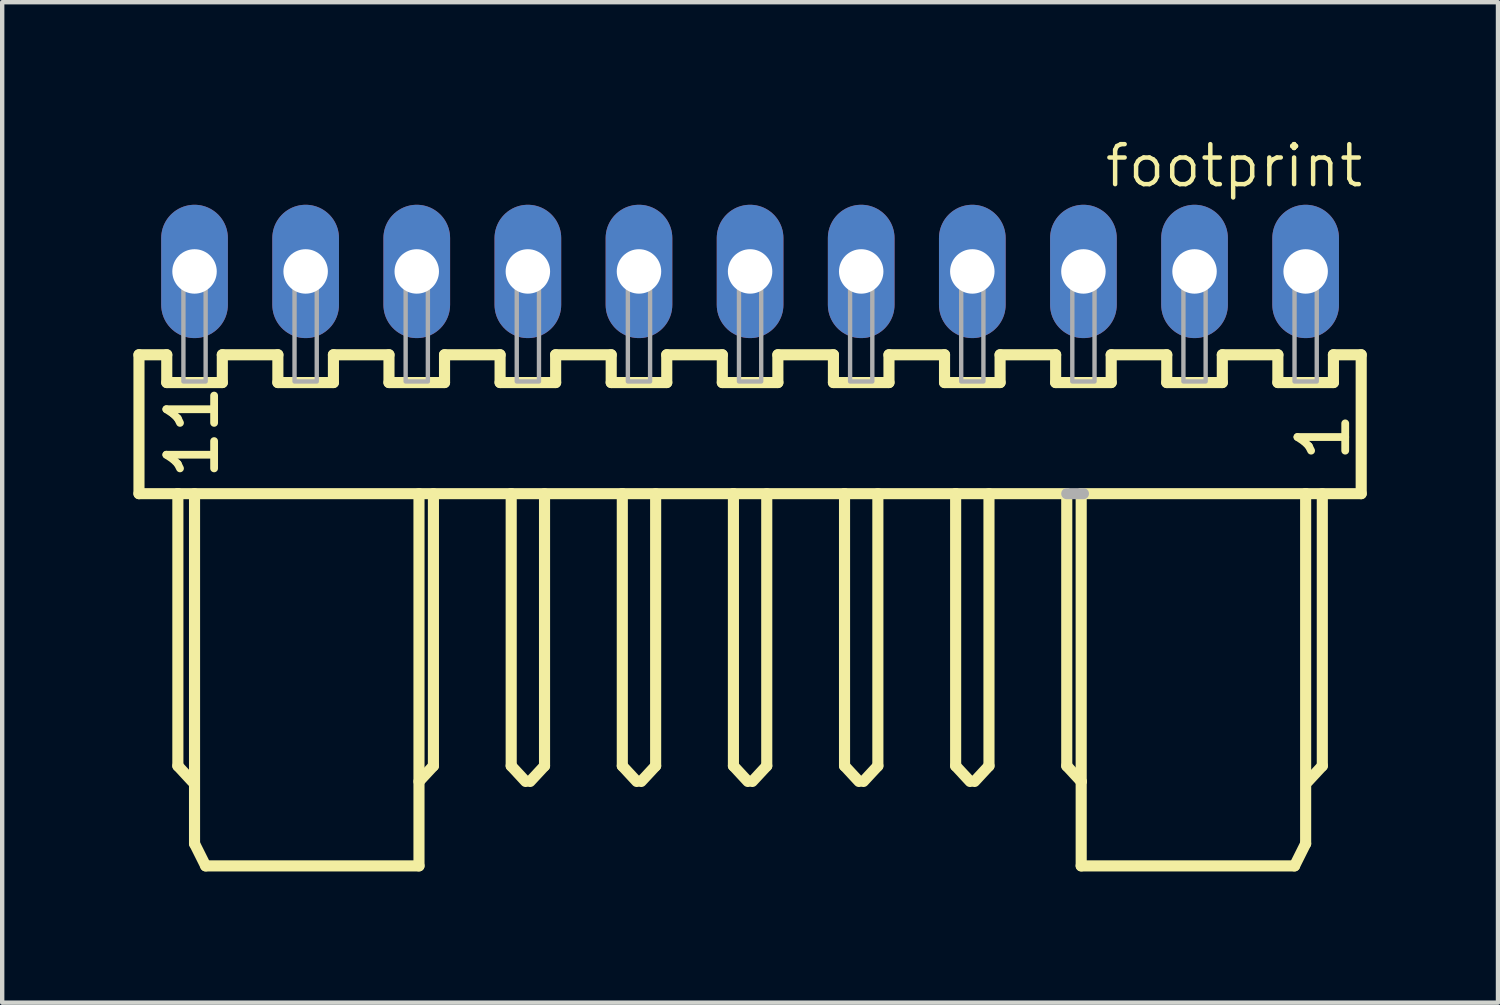
<source format=kicad_pcb>
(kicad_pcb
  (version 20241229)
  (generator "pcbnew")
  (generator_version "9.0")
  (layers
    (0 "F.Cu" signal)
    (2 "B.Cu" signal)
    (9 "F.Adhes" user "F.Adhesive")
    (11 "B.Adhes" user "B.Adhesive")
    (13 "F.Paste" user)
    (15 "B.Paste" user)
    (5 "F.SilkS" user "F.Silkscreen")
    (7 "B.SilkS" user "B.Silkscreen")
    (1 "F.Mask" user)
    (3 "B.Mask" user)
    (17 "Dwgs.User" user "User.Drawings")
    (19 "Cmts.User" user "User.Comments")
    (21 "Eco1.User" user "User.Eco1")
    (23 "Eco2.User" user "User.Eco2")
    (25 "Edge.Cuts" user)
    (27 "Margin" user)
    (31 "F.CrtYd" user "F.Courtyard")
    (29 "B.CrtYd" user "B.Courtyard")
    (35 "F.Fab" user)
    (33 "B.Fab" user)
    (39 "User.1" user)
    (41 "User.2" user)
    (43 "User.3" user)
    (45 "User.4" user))
  (footprint "footprint"
    (layer "F.Cu")
    (at 14.097 3.155)
    (property "Reference" "footprint" (at 14.07 -2.948 0) (layer "F.SilkS") (effects (font (size 0.914 0.914) (thickness 0.102)) (justify right top)))
    (fp_line (start -13.97 1.905) (end -13.97 5.08) (stroke (width 0.254) (type solid)) (layer "F.SilkS"))
    (fp_line (start -13.97 5.08) (end -13.081 5.08) (stroke (width 0.254) (type solid)) (layer "F.SilkS"))
    (fp_line (start -13.335 1.905) (end -13.97 1.905) (stroke (width 0.254) (type solid)) (layer "F.SilkS"))
    (fp_line (start -13.335 2.54) (end -13.335 1.905) (stroke (width 0.254) (type solid)) (layer "F.SilkS"))
    (fp_line (start -13.081 5.08) (end -13.081 11.303) (stroke (width 0.254) (type solid)) (layer "F.SilkS"))
    (fp_line (start -13.081 5.08) (end -5.461 5.08) (stroke (width 0.254) (type solid)) (layer "F.SilkS"))
    (fp_line (start -13.081 11.303) (end -12.751 11.659) (stroke (width 0.254) (type solid)) (layer "F.SilkS"))
    (fp_line (start -12.7 5.08) (end -12.7 13.081) (stroke (width 0.254) (type solid)) (layer "F.SilkS"))
    (fp_line (start -12.7 13.081) (end -12.446 13.589) (stroke (width 0.254) (type solid)) (layer "F.SilkS"))
    (fp_line (start -12.446 13.589) (end -7.569 13.589) (stroke (width 0.254) (type solid)) (layer "F.SilkS"))
    (fp_line (start -12.065 1.905) (end -12.065 2.54) (stroke (width 0.254) (type solid)) (layer "F.SilkS"))
    (fp_line (start -12.065 2.54) (end -13.335 2.54) (stroke (width 0.254) (type solid)) (layer "F.SilkS"))
    (fp_line (start -10.795 1.905) (end -12.065 1.905) (stroke (width 0.254) (type solid)) (layer "F.SilkS"))
    (fp_line (start -10.795 2.54) (end -10.795 1.905) (stroke (width 0.254) (type solid)) (layer "F.SilkS"))
    (fp_line (start -9.525 1.905) (end -9.525 2.54) (stroke (width 0.254) (type solid)) (layer "F.SilkS"))
    (fp_line (start -9.525 2.54) (end -10.795 2.54) (stroke (width 0.254) (type solid)) (layer "F.SilkS"))
    (fp_line (start -8.255 1.905) (end -9.525 1.905) (stroke (width 0.254) (type solid)) (layer "F.SilkS"))
    (fp_line (start -8.255 2.54) (end -8.255 1.905) (stroke (width 0.254) (type solid)) (layer "F.SilkS"))
    (fp_line (start -7.569 13.589) (end -7.569 5.08) (stroke (width 0.254) (type solid)) (layer "F.SilkS"))
    (fp_line (start -7.239 5.08) (end -7.239 11.303) (stroke (width 0.254) (type solid)) (layer "F.SilkS"))
    (fp_line (start -7.239 11.303) (end -7.569 11.659) (stroke (width 0.254) (type solid)) (layer "F.SilkS"))
    (fp_line (start -6.985 1.905) (end -6.985 2.54) (stroke (width 0.254) (type solid)) (layer "F.SilkS"))
    (fp_line (start -6.985 2.54) (end -8.255 2.54) (stroke (width 0.254) (type solid)) (layer "F.SilkS"))
    (fp_line (start -5.715 1.905) (end -6.985 1.905) (stroke (width 0.254) (type solid)) (layer "F.SilkS"))
    (fp_line (start -5.715 2.54) (end -5.715 1.905) (stroke (width 0.254) (type solid)) (layer "F.SilkS"))
    (fp_line (start -5.461 5.08) (end -5.461 11.303) (stroke (width 0.254) (type solid)) (layer "F.SilkS"))
    (fp_line (start -5.461 5.08) (end -2.921 5.08) (stroke (width 0.254) (type solid)) (layer "F.SilkS"))
    (fp_line (start -5.461 11.303) (end -5.131 11.659) (stroke (width 0.254) (type solid)) (layer "F.SilkS"))
    (fp_line (start -4.699 5.08) (end -4.699 11.303) (stroke (width 0.254) (type solid)) (layer "F.SilkS"))
    (fp_line (start -4.699 11.303) (end -5.029 11.659) (stroke (width 0.254) (type solid)) (layer "F.SilkS"))
    (fp_line (start -4.445 1.905) (end -4.445 2.54) (stroke (width 0.254) (type solid)) (layer "F.SilkS"))
    (fp_line (start -4.445 2.54) (end -5.715 2.54) (stroke (width 0.254) (type solid)) (layer "F.SilkS"))
    (fp_line (start -3.175 1.905) (end -4.445 1.905) (stroke (width 0.254) (type solid)) (layer "F.SilkS"))
    (fp_line (start -3.175 2.54) (end -3.175 1.905) (stroke (width 0.254) (type solid)) (layer "F.SilkS"))
    (fp_line (start -2.921 5.08) (end -2.921 11.303) (stroke (width 0.254) (type solid)) (layer "F.SilkS"))
    (fp_line (start -2.921 5.08) (end -0.381 5.08) (stroke (width 0.254) (type solid)) (layer "F.SilkS"))
    (fp_line (start -2.921 11.303) (end -2.591 11.659) (stroke (width 0.254) (type solid)) (layer "F.SilkS"))
    (fp_line (start -2.159 5.08) (end -2.159 11.303) (stroke (width 0.254) (type solid)) (layer "F.SilkS"))
    (fp_line (start -2.159 11.303) (end -2.489 11.659) (stroke (width 0.254) (type solid)) (layer "F.SilkS"))
    (fp_line (start -1.905 1.905) (end -1.905 2.54) (stroke (width 0.254) (type solid)) (layer "F.SilkS"))
    (fp_line (start -1.905 2.54) (end -3.175 2.54) (stroke (width 0.254) (type solid)) (layer "F.SilkS"))
    (fp_line (start -0.635 1.905) (end -1.905 1.905) (stroke (width 0.254) (type solid)) (layer "F.SilkS"))
    (fp_line (start -0.635 2.54) (end -0.635 1.905) (stroke (width 0.254) (type solid)) (layer "F.SilkS"))
    (fp_line (start -0.381 5.08) (end -0.381 11.303) (stroke (width 0.254) (type solid)) (layer "F.SilkS"))
    (fp_line (start -0.381 5.08) (end 2.159 5.08) (stroke (width 0.254) (type solid)) (layer "F.SilkS"))
    (fp_line (start -0.381 11.303) (end -0.051 11.659) (stroke (width 0.254) (type solid)) (layer "F.SilkS"))
    (fp_line (start 0.381 5.08) (end 0.381 11.303) (stroke (width 0.254) (type solid)) (layer "F.SilkS"))
    (fp_line (start 0.381 11.303) (end 0.051 11.659) (stroke (width 0.254) (type solid)) (layer "F.SilkS"))
    (fp_line (start 0.635 1.905) (end 0.635 2.54) (stroke (width 0.254) (type solid)) (layer "F.SilkS"))
    (fp_line (start 0.635 2.54) (end -0.635 2.54) (stroke (width 0.254) (type solid)) (layer "F.SilkS"))
    (fp_line (start 1.905 1.905) (end 0.635 1.905) (stroke (width 0.254) (type solid)) (layer "F.SilkS"))
    (fp_line (start 1.905 2.54) (end 1.905 1.905) (stroke (width 0.254) (type solid)) (layer "F.SilkS"))
    (fp_line (start 2.159 5.08) (end 2.159 11.303) (stroke (width 0.254) (type solid)) (layer "F.SilkS"))
    (fp_line (start 2.159 5.08) (end 4.699 5.08) (stroke (width 0.254) (type solid)) (layer "F.SilkS"))
    (fp_line (start 2.159 11.303) (end 2.489 11.659) (stroke (width 0.254) (type solid)) (layer "F.SilkS"))
    (fp_line (start 2.921 5.08) (end 2.921 11.303) (stroke (width 0.254) (type solid)) (layer "F.SilkS"))
    (fp_line (start 2.921 11.303) (end 2.591 11.659) (stroke (width 0.254) (type solid)) (layer "F.SilkS"))
    (fp_line (start 3.175 1.905) (end 3.175 2.54) (stroke (width 0.254) (type solid)) (layer "F.SilkS"))
    (fp_line (start 3.175 2.54) (end 1.905 2.54) (stroke (width 0.254) (type solid)) (layer "F.SilkS"))
    (fp_line (start 4.445 1.905) (end 3.175 1.905) (stroke (width 0.254) (type solid)) (layer "F.SilkS"))
    (fp_line (start 4.445 2.54) (end 4.445 1.905) (stroke (width 0.254) (type solid)) (layer "F.SilkS"))
    (fp_line (start 4.699 5.08) (end 4.699 11.303) (stroke (width 0.254) (type solid)) (layer "F.SilkS"))
    (fp_line (start 4.699 5.08) (end 7.239 5.08) (stroke (width 0.254) (type solid)) (layer "F.SilkS"))
    (fp_line (start 4.699 11.303) (end 5.029 11.659) (stroke (width 0.254) (type solid)) (layer "F.SilkS"))
    (fp_line (start 5.461 5.08) (end 5.461 11.303) (stroke (width 0.254) (type solid)) (layer "F.SilkS"))
    (fp_line (start 5.461 11.303) (end 5.131 11.659) (stroke (width 0.254) (type solid)) (layer "F.SilkS"))
    (fp_line (start 5.715 1.905) (end 5.715 2.54) (stroke (width 0.254) (type solid)) (layer "F.SilkS"))
    (fp_line (start 5.715 2.54) (end 4.445 2.54) (stroke (width 0.254) (type solid)) (layer "F.SilkS"))
    (fp_line (start 6.985 1.905) (end 5.715 1.905) (stroke (width 0.254) (type solid)) (layer "F.SilkS"))
    (fp_line (start 6.985 2.54) (end 6.985 1.905) (stroke (width 0.254) (type solid)) (layer "F.SilkS"))
    (fp_line (start 7.239 5.08) (end 7.239 11.303) (stroke (width 0.254) (type solid)) (layer "F.SilkS"))
    (fp_line (start 7.239 5.08) (end 7.569 5.08) (stroke (width 0.127) (type solid)) (layer "F.SilkS"))
    (fp_line (start 7.239 11.303) (end 7.569 11.659) (stroke (width 0.254) (type solid)) (layer "F.SilkS"))
    (fp_line (start 7.569 5.08) (end 12.7 5.08) (stroke (width 0.254) (type solid)) (layer "F.SilkS"))
    (fp_line (start 7.569 11.659) (end 7.569 5.08) (stroke (width 0.254) (type solid)) (layer "F.SilkS"))
    (fp_line (start 7.569 13.589) (end 7.569 11.659) (stroke (width 0.254) (type solid)) (layer "F.SilkS"))
    (fp_line (start 8.255 1.905) (end 8.255 2.54) (stroke (width 0.254) (type solid)) (layer "F.SilkS"))
    (fp_line (start 8.255 2.54) (end 6.985 2.54) (stroke (width 0.254) (type solid)) (layer "F.SilkS"))
    (fp_line (start 9.525 1.905) (end 8.255 1.905) (stroke (width 0.254) (type solid)) (layer "F.SilkS"))
    (fp_line (start 9.525 2.54) (end 9.525 1.905) (stroke (width 0.254) (type solid)) (layer "F.SilkS"))
    (fp_line (start 10.795 1.905) (end 10.795 2.54) (stroke (width 0.254) (type solid)) (layer "F.SilkS"))
    (fp_line (start 10.795 2.54) (end 9.525 2.54) (stroke (width 0.254) (type solid)) (layer "F.SilkS"))
    (fp_line (start 12.065 1.905) (end 10.795 1.905) (stroke (width 0.254) (type solid)) (layer "F.SilkS"))
    (fp_line (start 12.065 2.54) (end 12.065 1.905) (stroke (width 0.254) (type solid)) (layer "F.SilkS"))
    (fp_line (start 12.446 13.589) (end 7.569 13.589) (stroke (width 0.254) (type solid)) (layer "F.SilkS"))
    (fp_line (start 12.7 5.08) (end 12.7 13.081) (stroke (width 0.254) (type solid)) (layer "F.SilkS"))
    (fp_line (start 12.7 5.08) (end 13.97 5.08) (stroke (width 0.254) (type solid)) (layer "F.SilkS"))
    (fp_line (start 12.7 13.081) (end 12.446 13.589) (stroke (width 0.254) (type solid)) (layer "F.SilkS"))
    (fp_line (start 13.081 5.08) (end 13.081 11.303) (stroke (width 0.254) (type solid)) (layer "F.SilkS"))
    (fp_line (start 13.081 11.303) (end 12.751 11.659) (stroke (width 0.254) (type solid)) (layer "F.SilkS"))
    (fp_line (start 13.335 1.905) (end 13.335 2.54) (stroke (width 0.254) (type solid)) (layer "F.SilkS"))
    (fp_line (start 13.335 2.54) (end 12.065 2.54) (stroke (width 0.254) (type solid)) (layer "F.SilkS"))
    (fp_line (start 13.97 1.905) (end 13.335 1.905) (stroke (width 0.254) (type solid)) (layer "F.SilkS"))
    (fp_line (start 13.97 5.08) (end 13.97 1.905) (stroke (width 0.254) (type solid)) (layer "F.SilkS"))
    (fp_line (start 7.62 5.08) (end 7.239 5.08) (stroke (width 0.254) (type solid)) (layer "F.Fab"))
    (fp_poly (pts (xy -12.954 0.254) (xy -12.446 0.254) (xy -12.446 -0.254) (xy -12.954 -0.254)) (stroke (width 0.1) (type solid)) (fill no) (layer "F.Fab"))
    (fp_poly (pts (xy -12.954 2.515) (xy -12.446 2.515) (xy -12.446 0.279) (xy -12.954 0.279)) (stroke (width 0.1) (type solid)) (fill no) (layer "F.Fab"))
    (fp_poly (pts (xy -10.414 0.254) (xy -9.906 0.254) (xy -9.906 -0.254) (xy -10.414 -0.254)) (stroke (width 0.1) (type solid)) (fill no) (layer "F.Fab"))
    (fp_poly (pts (xy -10.414 2.515) (xy -9.906 2.515) (xy -9.906 0.279) (xy -10.414 0.279)) (stroke (width 0.1) (type solid)) (fill no) (layer "F.Fab"))
    (fp_poly (pts (xy -7.874 0.254) (xy -7.366 0.254) (xy -7.366 -0.254) (xy -7.874 -0.254)) (stroke (width 0.1) (type solid)) (fill no) (layer "F.Fab"))
    (fp_poly (pts (xy -7.874 2.515) (xy -7.366 2.515) (xy -7.366 0.279) (xy -7.874 0.279)) (stroke (width 0.1) (type solid)) (fill no) (layer "F.Fab"))
    (fp_poly (pts (xy -5.334 0.254) (xy -4.826 0.254) (xy -4.826 -0.254) (xy -5.334 -0.254)) (stroke (width 0.1) (type solid)) (fill no) (layer "F.Fab"))
    (fp_poly (pts (xy -5.334 2.515) (xy -4.826 2.515) (xy -4.826 0.279) (xy -5.334 0.279)) (stroke (width 0.1) (type solid)) (fill no) (layer "F.Fab"))
    (fp_poly (pts (xy -2.794 0.254) (xy -2.286 0.254) (xy -2.286 -0.254) (xy -2.794 -0.254)) (stroke (width 0.1) (type solid)) (fill no) (layer "F.Fab"))
    (fp_poly (pts (xy -2.794 2.515) (xy -2.286 2.515) (xy -2.286 0.279) (xy -2.794 0.279)) (stroke (width 0.1) (type solid)) (fill no) (layer "F.Fab"))
    (fp_poly (pts (xy -0.254 0.254) (xy 0.254 0.254) (xy 0.254 -0.254) (xy -0.254 -0.254)) (stroke (width 0.1) (type solid)) (fill no) (layer "F.Fab"))
    (fp_poly (pts (xy -0.254 2.515) (xy 0.254 2.515) (xy 0.254 0.279) (xy -0.254 0.279)) (stroke (width 0.1) (type solid)) (fill no) (layer "F.Fab"))
    (fp_poly (pts (xy 2.286 0.254) (xy 2.794 0.254) (xy 2.794 -0.254) (xy 2.286 -0.254)) (stroke (width 0.1) (type solid)) (fill no) (layer "F.Fab"))
    (fp_poly (pts (xy 2.286 2.515) (xy 2.794 2.515) (xy 2.794 0.279) (xy 2.286 0.279)) (stroke (width 0.1) (type solid)) (fill no) (layer "F.Fab"))
    (fp_poly (pts (xy 4.826 0.254) (xy 5.334 0.254) (xy 5.334 -0.254) (xy 4.826 -0.254)) (stroke (width 0.1) (type solid)) (fill no) (layer "F.Fab"))
    (fp_poly (pts (xy 4.826 2.515) (xy 5.334 2.515) (xy 5.334 0.279) (xy 4.826 0.279)) (stroke (width 0.1) (type solid)) (fill no) (layer "F.Fab"))
    (fp_poly (pts (xy 7.366 0.254) (xy 7.874 0.254) (xy 7.874 -0.254) (xy 7.366 -0.254)) (stroke (width 0.1) (type solid)) (fill no) (layer "F.Fab"))
    (fp_poly (pts (xy 7.366 2.515) (xy 7.874 2.515) (xy 7.874 0.279) (xy 7.366 0.279)) (stroke (width 0.1) (type solid)) (fill no) (layer "F.Fab"))
    (fp_poly (pts (xy 9.906 0.254) (xy 10.414 0.254) (xy 10.414 -0.254) (xy 9.906 -0.254)) (stroke (width 0.1) (type solid)) (fill no) (layer "F.Fab"))
    (fp_poly (pts (xy 9.906 2.515) (xy 10.414 2.515) (xy 10.414 0.279) (xy 9.906 0.279)) (stroke (width 0.1) (type solid)) (fill no) (layer "F.Fab"))
    (fp_poly (pts (xy 12.446 0.254) (xy 12.954 0.254) (xy 12.954 -0.254) (xy 12.446 -0.254)) (stroke (width 0.1) (type solid)) (fill no) (layer "F.Fab"))
    (fp_poly (pts (xy 12.446 2.515) (xy 12.954 2.515) (xy 12.954 0.279) (xy 12.446 0.279)) (stroke (width 0.1) (type solid)) (fill no) (layer "F.Fab"))
    (fp_text user "1" (at 12.47 3.148 90) (layer "F.SilkS") (effects (font (size 1.092 1.092) (thickness 0.178)) (justify right top)))
    (fp_text user "11" (at -13.387 2.513 90) (layer "F.SilkS") (effects (font (size 1.092 1.092) (thickness 0.178)) (justify right top)))
    (pad "1" thru_hole oval (at 12.7 0 90) (size 3.048 1.524) (drill 1.016) (layers "*.Cu" "*.Mask"))
    (pad "2" thru_hole oval (at 10.16 0 90) (size 3.048 1.524) (drill 1.016) (layers "*.Cu" "*.Mask"))
    (pad "3" thru_hole oval (at 7.62 0 90) (size 3.048 1.524) (drill 1.016) (layers "*.Cu" "*.Mask"))
    (pad "4" thru_hole oval (at 5.08 0 90) (size 3.048 1.524) (drill 1.016) (layers "*.Cu" "*.Mask"))
    (pad "5" thru_hole oval (at 2.54 0 90) (size 3.048 1.524) (drill 1.016) (layers "*.Cu" "*.Mask"))
    (pad "6" thru_hole oval (at 0 0 90) (size 3.048 1.524) (drill 1.016) (layers "*.Cu" "*.Mask"))
    (pad "7" thru_hole oval (at -2.54 0 90) (size 3.048 1.524) (drill 1.016) (layers "*.Cu" "*.Mask"))
    (pad "8" thru_hole oval (at -5.08 0 90) (size 3.048 1.524) (drill 1.016) (layers "*.Cu" "*.Mask"))
    (pad "9" thru_hole oval (at -7.62 0 90) (size 3.048 1.524) (drill 1.016) (layers "*.Cu" "*.Mask"))
    (pad "10" thru_hole oval (at -10.16 0 90) (size 3.048 1.524) (drill 1.016) (layers "*.Cu" "*.Mask"))
    (pad "11" thru_hole oval (at -12.7 0 90) (size 3.048 1.524) (drill 1.016) (layers "*.Cu" "*.Mask")))
  (gr_rect
    (start -3 -3)
    (end 31.194 19.871)
    (stroke (width 0.1) (type default))
    (fill no)
    (layer "Edge.Cuts")))
</source>
